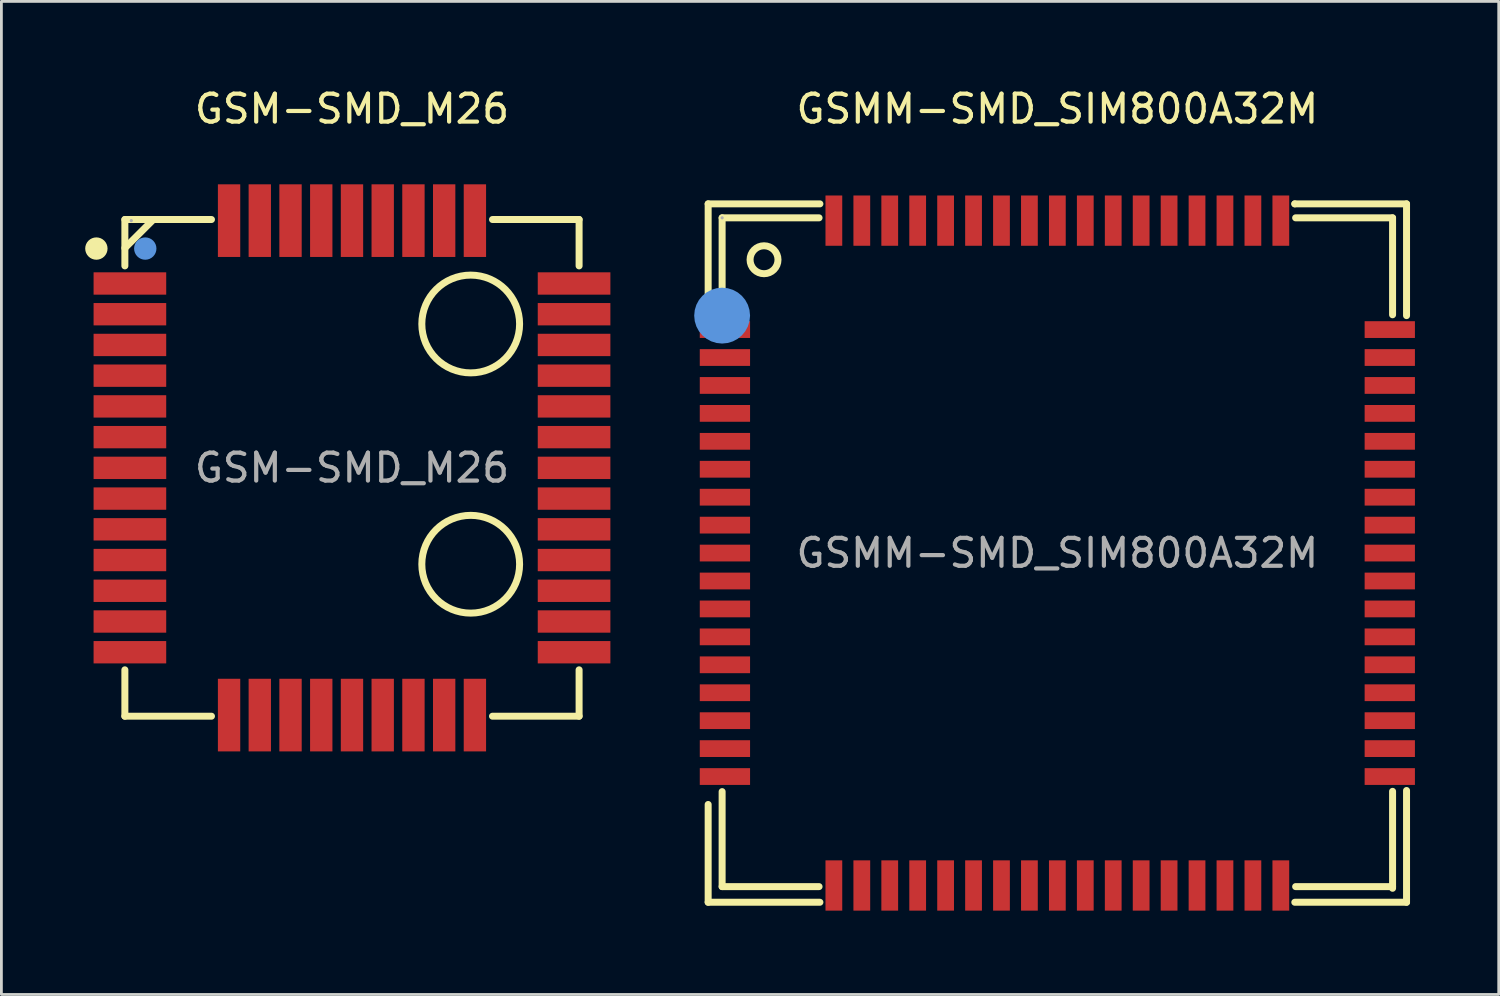
<source format=kicad_pcb>
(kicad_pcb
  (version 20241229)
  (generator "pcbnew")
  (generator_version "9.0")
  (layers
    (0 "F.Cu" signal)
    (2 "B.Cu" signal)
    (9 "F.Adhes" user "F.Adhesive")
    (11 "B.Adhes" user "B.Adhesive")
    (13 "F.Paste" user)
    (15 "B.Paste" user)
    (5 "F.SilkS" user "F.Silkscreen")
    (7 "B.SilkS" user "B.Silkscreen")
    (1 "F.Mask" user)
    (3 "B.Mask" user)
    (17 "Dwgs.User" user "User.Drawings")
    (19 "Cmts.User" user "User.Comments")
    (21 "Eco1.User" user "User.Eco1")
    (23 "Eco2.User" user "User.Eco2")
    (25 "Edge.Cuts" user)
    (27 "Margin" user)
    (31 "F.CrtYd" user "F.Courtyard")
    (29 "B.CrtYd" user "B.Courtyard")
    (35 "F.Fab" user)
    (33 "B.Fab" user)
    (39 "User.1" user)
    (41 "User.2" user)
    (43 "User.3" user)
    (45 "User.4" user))
  (footprint "GSMM-SMD_SIM800A32M"
    (layer "F.Cu")
    (at 34.8 16.748)
    (property "Reference" "GSMM-SMD_SIM800A32M" (at 0 -15.9 0) (layer "F.SilkS") (effects (font (size 1 1) (thickness 0.15))))
    (attr through_hole)
    (fp_line (start -12.5 -12.5) (end -8.5 -12.5) (stroke (width 0.25) (type solid)) (layer "F.SilkS"))
    (fp_line (start -12.5 -8.5) (end -12.5 -12.5) (stroke (width 0.25) (type solid)) (layer "F.SilkS"))
    (fp_line (start -12.5 12.5) (end -12.5 9) (stroke (width 0.25) (type solid)) (layer "F.SilkS"))
    (fp_line (start -12 -12) (end -8.53 -12) (stroke (width 0.25) (type solid)) (layer "F.SilkS"))
    (fp_line (start -12 -8.52) (end -12 -12) (stroke (width 0.25) (type solid)) (layer "F.SilkS"))
    (fp_line (start -12 11.94) (end -12 8.54) (stroke (width 0.25) (type solid)) (layer "F.SilkS"))
    (fp_line (start -8.53 11.94) (end -12 11.94) (stroke (width 0.25) (type solid)) (layer "F.SilkS"))
    (fp_line (start -8.5 12.5) (end -12.5 12.5) (stroke (width 0.25) (type solid)) (layer "F.SilkS"))
    (fp_line (start 8.5 -12.5) (end 8.5 -12.5) (stroke (width 0.25) (type solid)) (layer "F.SilkS"))
    (fp_line (start 8.5 -12.5) (end 12.5 -12.5) (stroke (width 0.25) (type solid)) (layer "F.SilkS"))
    (fp_line (start 8.53 -12) (end 12 -12) (stroke (width 0.25) (type solid)) (layer "F.SilkS"))
    (fp_line (start 12 -12) (end 12 -8.53) (stroke (width 0.25) (type solid)) (layer "F.SilkS"))
    (fp_line (start 12 8.53) (end 12 12) (stroke (width 0.25) (type solid)) (layer "F.SilkS"))
    (fp_line (start 12 11.94) (end 8.53 11.94) (stroke (width 0.25) (type solid)) (layer "F.SilkS"))
    (fp_line (start 12.5 -12.5) (end 12.5 -8.5) (stroke (width 0.25) (type solid)) (layer "F.SilkS"))
    (fp_line (start 12.5 8.5) (end 12.5 12.5) (stroke (width 0.25) (type solid)) (layer "F.SilkS"))
    (fp_line (start 12.5 12.5) (end 8.5 12.5) (stroke (width 0.25) (type solid)) (layer "F.SilkS"))
    (fp_circle (center -10.5 -10.5) (end -10 -10.5) (stroke (width 0.25) (type solid)) (fill no) (layer "F.SilkS"))
    (fp_circle (center -12 -8.5) (end -11.5 -8.5) (stroke (width 1) (type solid)) (fill no) (layer "Cmts.User"))
    (fp_circle (center -12 -12) (end -11.97 -12) (stroke (width 0.06) (type solid)) (fill no) (layer "F.Fab"))
    (fp_text user "${REFERENCE}" (at 0 0 0) (layer "F.Fab") (effects (font (size 1 1) (thickness 0.15))))
    (pad "1" smd rect (at -11.9 -8 90) (size 0.6 1.8) (layers "F.Cu" "F.Mask" "F.Paste"))
    (pad "2" smd rect (at -11.9 -7 90) (size 0.6 1.8) (layers "F.Cu" "F.Mask" "F.Paste"))
    (pad "3" smd rect (at -11.9 -6 90) (size 0.6 1.8) (layers "F.Cu" "F.Mask" "F.Paste"))
    (pad "4" smd rect (at -11.9 -5 90) (size 0.6 1.8) (layers "F.Cu" "F.Mask" "F.Paste"))
    (pad "5" smd rect (at -11.9 -4 90) (size 0.6 1.8) (layers "F.Cu" "F.Mask" "F.Paste"))
    (pad "6" smd rect (at -11.9 -3 90) (size 0.6 1.8) (layers "F.Cu" "F.Mask" "F.Paste"))
    (pad "7" smd rect (at -11.9 -2 90) (size 0.6 1.8) (layers "F.Cu" "F.Mask" "F.Paste"))
    (pad "8" smd rect (at -11.9 -1 90) (size 0.6 1.8) (layers "F.Cu" "F.Mask" "F.Paste"))
    (pad "9" smd rect (at -11.9 0 90) (size 0.6 1.8) (layers "F.Cu" "F.Mask" "F.Paste"))
    (pad "10" smd rect (at -11.9 1 90) (size 0.6 1.8) (layers "F.Cu" "F.Mask" "F.Paste"))
    (pad "11" smd rect (at -11.9 2 90) (size 0.6 1.8) (layers "F.Cu" "F.Mask" "F.Paste"))
    (pad "12" smd rect (at -11.9 3 90) (size 0.6 1.8) (layers "F.Cu" "F.Mask" "F.Paste"))
    (pad "13" smd rect (at -11.9 4 90) (size 0.6 1.8) (layers "F.Cu" "F.Mask" "F.Paste"))
    (pad "14" smd rect (at -11.9 5 90) (size 0.6 1.8) (layers "F.Cu" "F.Mask" "F.Paste"))
    (pad "15" smd rect (at -11.9 6 90) (size 0.6 1.8) (layers "F.Cu" "F.Mask" "F.Paste"))
    (pad "16" smd rect (at -11.9 7 90) (size 0.6 1.8) (layers "F.Cu" "F.Mask" "F.Paste"))
    (pad "17" smd rect (at -11.9 8 90) (size 0.6 1.8) (layers "F.Cu" "F.Mask" "F.Paste"))
    (pad "18" smd rect (at -8 11.9) (size 0.6 1.8) (layers "F.Cu" "F.Mask" "F.Paste"))
    (pad "19" smd rect (at -7 11.9) (size 0.6 1.8) (layers "F.Cu" "F.Mask" "F.Paste"))
    (pad "20" smd rect (at -6 11.9) (size 0.6 1.8) (layers "F.Cu" "F.Mask" "F.Paste"))
    (pad "21" smd rect (at -5 11.9) (size 0.6 1.8) (layers "F.Cu" "F.Mask" "F.Paste"))
    (pad "22" smd rect (at -4 11.9) (size 0.6 1.8) (layers "F.Cu" "F.Mask" "F.Paste"))
    (pad "23" smd rect (at -3 11.9) (size 0.6 1.8) (layers "F.Cu" "F.Mask" "F.Paste"))
    (pad "24" smd rect (at -2 11.9) (size 0.6 1.8) (layers "F.Cu" "F.Mask" "F.Paste"))
    (pad "25" smd rect (at -1 11.9) (size 0.6 1.8) (layers "F.Cu" "F.Mask" "F.Paste"))
    (pad "26" smd rect (at 0 11.9) (size 0.6 1.8) (layers "F.Cu" "F.Mask" "F.Paste"))
    (pad "27" smd rect (at 1 11.9) (size 0.6 1.8) (layers "F.Cu" "F.Mask" "F.Paste"))
    (pad "28" smd rect (at 2 11.9) (size 0.6 1.8) (layers "F.Cu" "F.Mask" "F.Paste"))
    (pad "29" smd rect (at 3 11.9) (size 0.6 1.8) (layers "F.Cu" "F.Mask" "F.Paste"))
    (pad "30" smd rect (at 4 11.9) (size 0.6 1.8) (layers "F.Cu" "F.Mask" "F.Paste"))
    (pad "31" smd rect (at 5 11.9) (size 0.6 1.8) (layers "F.Cu" "F.Mask" "F.Paste"))
    (pad "32" smd rect (at 6 11.9) (size 0.6 1.8) (layers "F.Cu" "F.Mask" "F.Paste"))
    (pad "33" smd rect (at 7 11.9) (size 0.6 1.8) (layers "F.Cu" "F.Mask" "F.Paste"))
    (pad "34" smd rect (at 8 11.9) (size 0.6 1.8) (layers "F.Cu" "F.Mask" "F.Paste"))
    (pad "35" smd rect (at 11.9 8 270) (size 0.6 1.8) (layers "F.Cu" "F.Mask" "F.Paste"))
    (pad "36" smd rect (at 11.9 7 270) (size 0.6 1.8) (layers "F.Cu" "F.Mask" "F.Paste"))
    (pad "37" smd rect (at 11.9 6 270) (size 0.6 1.8) (layers "F.Cu" "F.Mask" "F.Paste"))
    (pad "38" smd rect (at 11.9 5 270) (size 0.6 1.8) (layers "F.Cu" "F.Mask" "F.Paste"))
    (pad "39" smd rect (at 11.9 4 270) (size 0.6 1.8) (layers "F.Cu" "F.Mask" "F.Paste"))
    (pad "40" smd rect (at 11.9 3 270) (size 0.6 1.8) (layers "F.Cu" "F.Mask" "F.Paste"))
    (pad "41" smd rect (at 11.9 2 270) (size 0.6 1.8) (layers "F.Cu" "F.Mask" "F.Paste"))
    (pad "42" smd rect (at 11.9 1 270) (size 0.6 1.8) (layers "F.Cu" "F.Mask" "F.Paste"))
    (pad "43" smd rect (at 11.9 0 270) (size 0.6 1.8) (layers "F.Cu" "F.Mask" "F.Paste"))
    (pad "44" smd rect (at 11.9 -1 270) (size 0.6 1.8) (layers "F.Cu" "F.Mask" "F.Paste"))
    (pad "45" smd rect (at 11.9 -2 270) (size 0.6 1.8) (layers "F.Cu" "F.Mask" "F.Paste"))
    (pad "46" smd rect (at 11.9 -3 270) (size 0.6 1.8) (layers "F.Cu" "F.Mask" "F.Paste"))
    (pad "47" smd rect (at 11.9 -4 270) (size 0.6 1.8) (layers "F.Cu" "F.Mask" "F.Paste"))
    (pad "48" smd rect (at 11.9 -5 270) (size 0.6 1.8) (layers "F.Cu" "F.Mask" "F.Paste"))
    (pad "49" smd rect (at 11.9 -6 270) (size 0.6 1.8) (layers "F.Cu" "F.Mask" "F.Paste"))
    (pad "50" smd rect (at 11.9 -7 270) (size 0.6 1.8) (layers "F.Cu" "F.Mask" "F.Paste"))
    (pad "51" smd rect (at 11.9 -8 270) (size 0.6 1.8) (layers "F.Cu" "F.Mask" "F.Paste"))
    (pad "52" smd rect (at 8 -11.9) (size 0.6 1.8) (layers "F.Cu" "F.Mask" "F.Paste"))
    (pad "53" smd rect (at 7 -11.9) (size 0.6 1.8) (layers "F.Cu" "F.Mask" "F.Paste"))
    (pad "54" smd rect (at 6 -11.9) (size 0.6 1.8) (layers "F.Cu" "F.Mask" "F.Paste"))
    (pad "55" smd rect (at 5 -11.9) (size 0.6 1.8) (layers "F.Cu" "F.Mask" "F.Paste"))
    (pad "56" smd rect (at 4 -11.9) (size 0.6 1.8) (layers "F.Cu" "F.Mask" "F.Paste"))
    (pad "57" smd rect (at 3 -11.9) (size 0.6 1.8) (layers "F.Cu" "F.Mask" "F.Paste"))
    (pad "58" smd rect (at 2 -11.9) (size 0.6 1.8) (layers "F.Cu" "F.Mask" "F.Paste"))
    (pad "59" smd rect (at 1 -11.9) (size 0.6 1.8) (layers "F.Cu" "F.Mask" "F.Paste"))
    (pad "60" smd rect (at 0 -11.9) (size 0.6 1.8) (layers "F.Cu" "F.Mask" "F.Paste"))
    (pad "61" smd rect (at -1 -11.9) (size 0.6 1.8) (layers "F.Cu" "F.Mask" "F.Paste"))
    (pad "62" smd rect (at -2 -11.9) (size 0.6 1.8) (layers "F.Cu" "F.Mask" "F.Paste"))
    (pad "63" smd rect (at -3 -11.9) (size 0.6 1.8) (layers "F.Cu" "F.Mask" "F.Paste"))
    (pad "64" smd rect (at -4 -11.9) (size 0.6 1.8) (layers "F.Cu" "F.Mask" "F.Paste"))
    (pad "65" smd rect (at -5 -11.9) (size 0.6 1.8) (layers "F.Cu" "F.Mask" "F.Paste"))
    (pad "66" smd rect (at -6 -11.9) (size 0.6 1.8) (layers "F.Cu" "F.Mask" "F.Paste"))
    (pad "67" smd rect (at -7 -11.9) (size 0.6 1.8) (layers "F.Cu" "F.Mask" "F.Paste"))
    (pad "68" smd rect (at -8 -11.9) (size 0.6 1.8) (layers "F.Cu" "F.Mask" "F.Paste")))
  (footprint "GSM-SMD_M26"
    (layer "F.Cu")
    (at 9.55 13.698)
    (property "Reference" "GSM-SMD_M26" (at 0 -12.85 0) (layer "F.SilkS") (effects (font (size 1 1) (thickness 0.15))))
    (attr through_hole)
    (fp_line (start -8.13 -8.89) (end -5.03 -8.89) (stroke (width 0.25) (type solid)) (layer "F.SilkS"))
    (fp_line (start -8.13 -7.87) (end -7.11 -8.89) (stroke (width 0.25) (type solid)) (layer "F.SilkS"))
    (fp_line (start -8.13 -7.23) (end -8.13 -8.89) (stroke (width 0.25) (type solid)) (layer "F.SilkS"))
    (fp_line (start -8.13 8.89) (end -8.13 7.23) (stroke (width 0.25) (type solid)) (layer "F.SilkS"))
    (fp_line (start -5.03 8.89) (end -8.13 8.89) (stroke (width 0.25) (type solid)) (layer "F.SilkS"))
    (fp_line (start 5.03 -8.89) (end 8.13 -8.89) (stroke (width 0.25) (type solid)) (layer "F.SilkS"))
    (fp_line (start 8.13 -8.89) (end 8.13 -7.23) (stroke (width 0.25) (type solid)) (layer "F.SilkS"))
    (fp_line (start 8.13 7.23) (end 8.13 8.89) (stroke (width 0.25) (type solid)) (layer "F.SilkS"))
    (fp_line (start 8.13 8.89) (end 5.03 8.89) (stroke (width 0.25) (type solid)) (layer "F.SilkS"))
    (fp_circle (center -9.15 -7.85) (end -8.95 -7.85) (stroke (width 0.4) (type solid)) (fill no) (layer "F.SilkS"))
    (fp_circle (center 4.25 -5.15) (end 6 -5.15) (stroke (width 0.25) (type solid)) (fill no) (layer "F.SilkS"))
    (fp_circle (center 4.25 3.45) (end 6 3.45) (stroke (width 0.25) (type solid)) (fill no) (layer "F.SilkS"))
    (fp_circle (center -7.4 -7.85) (end -7.2 -7.85) (stroke (width 0.4) (type solid)) (fill no) (layer "Cmts.User"))
    (fp_circle (center -7.9 -8.85) (end -7.87 -8.85) (stroke (width 0.06) (type solid)) (fill no) (layer "F.Fab"))
    (fp_text user "${REFERENCE}" (at 0 0 0) (layer "F.Fab") (effects (font (size 1 1) (thickness 0.15))))
    (pad "1" smd rect (at -7.95 -6.6 270) (size 0.8 2.6) (layers "F.Cu" "F.Mask" "F.Paste"))
    (pad "2" smd rect (at -7.95 -5.5 270) (size 0.8 2.6) (layers "F.Cu" "F.Mask" "F.Paste"))
    (pad "3" smd rect (at -7.95 -4.4 270) (size 0.8 2.6) (layers "F.Cu" "F.Mask" "F.Paste"))
    (pad "4" smd rect (at -7.95 -3.3 270) (size 0.8 2.6) (layers "F.Cu" "F.Mask" "F.Paste"))
    (pad "5" smd rect (at -7.95 -2.2 270) (size 0.8 2.6) (layers "F.Cu" "F.Mask" "F.Paste"))
    (pad "6" smd rect (at -7.95 -1.1 270) (size 0.8 2.6) (layers "F.Cu" "F.Mask" "F.Paste"))
    (pad "7" smd rect (at -7.95 0 270) (size 0.8 2.6) (layers "F.Cu" "F.Mask" "F.Paste"))
    (pad "8" smd rect (at -7.95 1.1 180) (size 2.6 0.8) (layers "F.Cu" "F.Mask" "F.Paste"))
    (pad "9" smd rect (at -7.95 2.2 180) (size 2.6 0.8) (layers "F.Cu" "F.Mask" "F.Paste"))
    (pad "10" smd rect (at -7.95 3.3 180) (size 2.6 0.8) (layers "F.Cu" "F.Mask" "F.Paste"))
    (pad "11" smd rect (at -7.95 4.4 180) (size 2.6 0.8) (layers "F.Cu" "F.Mask" "F.Paste"))
    (pad "12" smd rect (at -7.95 5.5 180) (size 2.6 0.8) (layers "F.Cu" "F.Mask" "F.Paste"))
    (pad "13" smd rect (at -7.95 6.6 180) (size 2.6 0.8) (layers "F.Cu" "F.Mask" "F.Paste"))
    (pad "14" smd rect (at -4.4 8.85 270) (size 2.6 0.8) (layers "F.Cu" "F.Mask" "F.Paste"))
    (pad "15" smd rect (at -3.3 8.85 270) (size 2.6 0.8) (layers "F.Cu" "F.Mask" "F.Paste"))
    (pad "16" smd rect (at -2.2 8.85 270) (size 2.6 0.8) (layers "F.Cu" "F.Mask" "F.Paste"))
    (pad "17" smd rect (at -1.1 8.85 270) (size 2.6 0.8) (layers "F.Cu" "F.Mask" "F.Paste"))
    (pad "18" smd rect (at 0 8.85 270) (size 2.6 0.8) (layers "F.Cu" "F.Mask" "F.Paste"))
    (pad "19" smd rect (at 1.1 8.85 180) (size 0.8 2.6) (layers "F.Cu" "F.Mask" "F.Paste"))
    (pad "20" smd rect (at 2.2 8.85 180) (size 0.8 2.6) (layers "F.Cu" "F.Mask" "F.Paste"))
    (pad "21" smd rect (at 3.3 8.85 180) (size 0.8 2.6) (layers "F.Cu" "F.Mask" "F.Paste"))
    (pad "22" smd rect (at 4.4 8.85 180) (size 0.8 2.6) (layers "F.Cu" "F.Mask" "F.Paste"))
    (pad "23" smd rect (at 7.95 6.6 270) (size 0.8 2.6) (layers "F.Cu" "F.Mask" "F.Paste"))
    (pad "24" smd rect (at 7.95 5.5 270) (size 0.8 2.6) (layers "F.Cu" "F.Mask" "F.Paste"))
    (pad "25" smd rect (at 7.95 4.4 270) (size 0.8 2.6) (layers "F.Cu" "F.Mask" "F.Paste"))
    (pad "26" smd rect (at 7.95 3.3 270) (size 0.8 2.6) (layers "F.Cu" "F.Mask" "F.Paste"))
    (pad "27" smd rect (at 7.95 2.2 270) (size 0.8 2.6) (layers "F.Cu" "F.Mask" "F.Paste"))
    (pad "28" smd rect (at 7.95 1.1) (size 2.6 0.8) (layers "F.Cu" "F.Mask" "F.Paste"))
    (pad "29" smd rect (at 7.95 0 180) (size 2.6 0.8) (layers "F.Cu" "F.Mask" "F.Paste"))
    (pad "30" smd rect (at 7.95 -1.1 180) (size 2.6 0.8) (layers "F.Cu" "F.Mask" "F.Paste"))
    (pad "31" smd rect (at 7.95 -2.2 180) (size 2.6 0.8) (layers "F.Cu" "F.Mask" "F.Paste"))
    (pad "32" smd rect (at 7.95 -3.3 180) (size 2.6 0.8) (layers "F.Cu" "F.Mask" "F.Paste"))
    (pad "33" smd rect (at 7.95 -4.4 180) (size 2.6 0.8) (layers "F.Cu" "F.Mask" "F.Paste"))
    (pad "34" smd rect (at 7.95 -5.5 180) (size 2.6 0.8) (layers "F.Cu" "F.Mask" "F.Paste"))
    (pad "35" smd rect (at 7.95 -6.6 180) (size 2.6 0.8) (layers "F.Cu" "F.Mask" "F.Paste"))
    (pad "36" smd rect (at 4.4 -8.85 90) (size 2.6 0.8) (layers "F.Cu" "F.Mask" "F.Paste"))
    (pad "37" smd rect (at 3.3 -8.85 90) (size 2.6 0.8) (layers "F.Cu" "F.Mask" "F.Paste"))
    (pad "38" smd rect (at 2.2 -8.85 90) (size 2.6 0.8) (layers "F.Cu" "F.Mask" "F.Paste"))
    (pad "39" smd rect (at 1.1 -8.85 90) (size 2.6 0.8) (layers "F.Cu" "F.Mask" "F.Paste"))
    (pad "40" smd rect (at 0 -8.85 90) (size 2.6 0.8) (layers "F.Cu" "F.Mask" "F.Paste"))
    (pad "41" smd rect (at -1.1 -8.85 180) (size 0.8 2.6) (layers "F.Cu" "F.Mask" "F.Paste"))
    (pad "42" smd rect (at -2.2 -8.85 180) (size 0.8 2.6) (layers "F.Cu" "F.Mask" "F.Paste"))
    (pad "43" smd rect (at -3.3 -8.85 180) (size 0.8 2.6) (layers "F.Cu" "F.Mask" "F.Paste"))
    (pad "44" smd rect (at -4.4 -8.85 180) (size 0.8 2.6) (layers "F.Cu" "F.Mask" "F.Paste")))
  (gr_rect
    (start -3 -3)
    (end 50.6 32.548)
    (stroke (width 0.1) (type default))
    (fill no)
    (layer "Edge.Cuts")))
</source>
